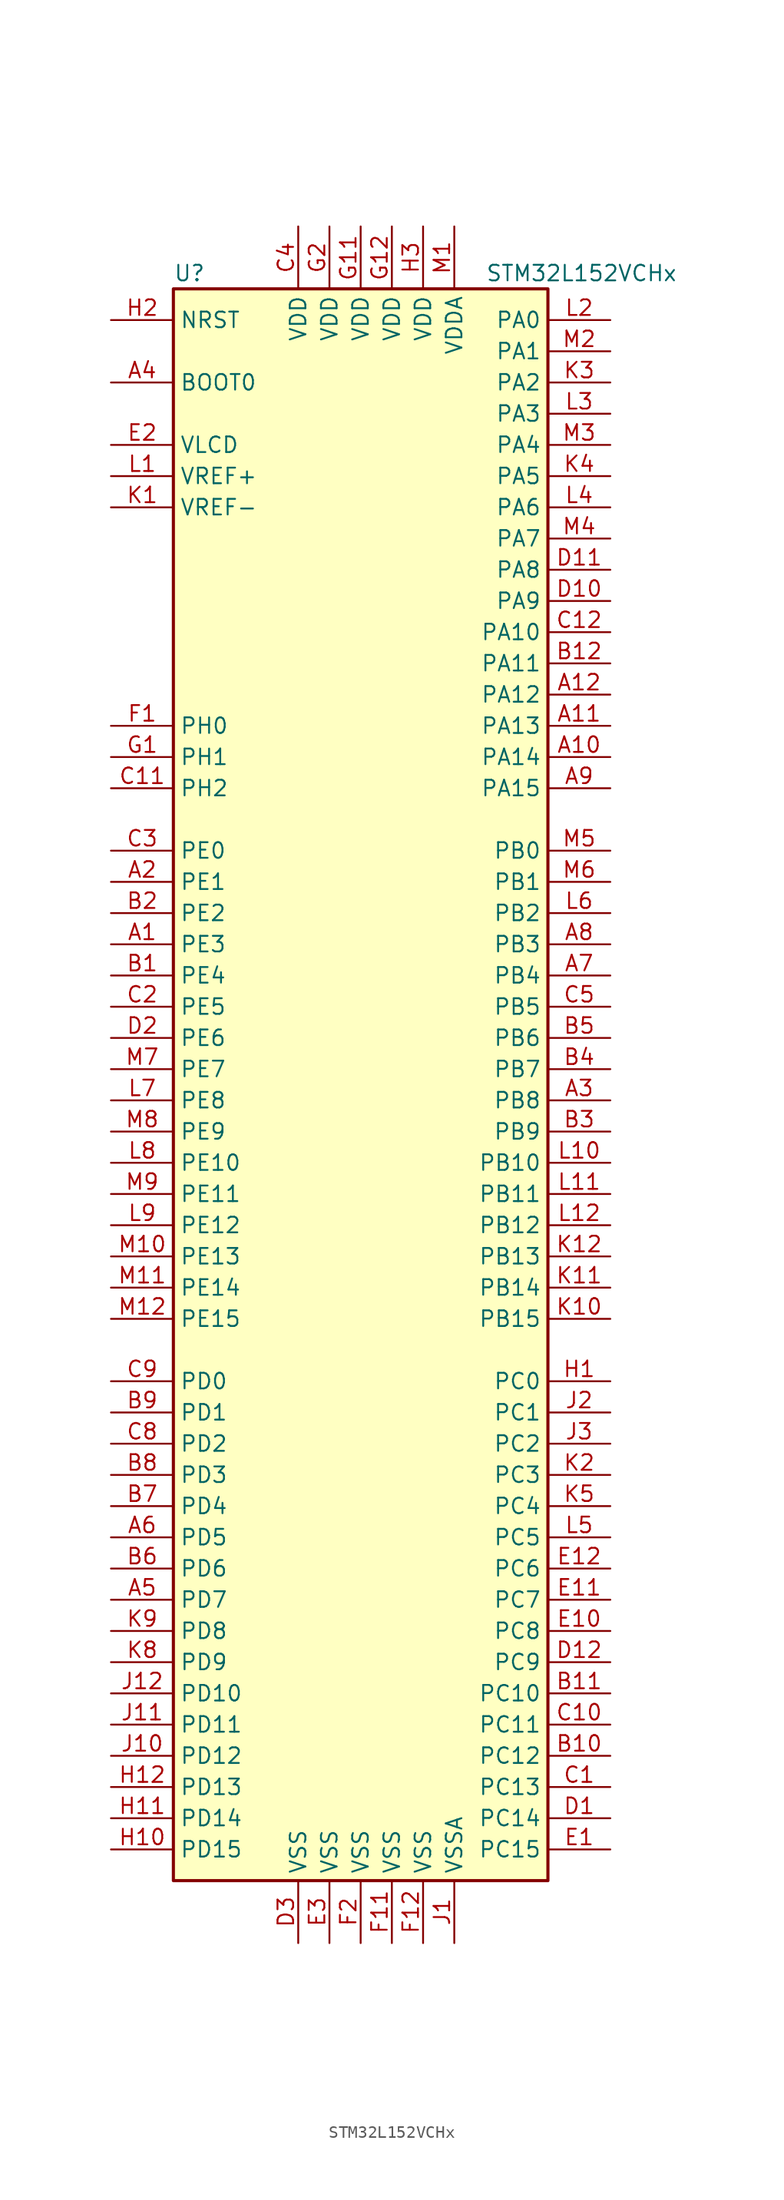
<source format=kicad_sym>
(kicad_symbol_lib
  (version 20201005)
  (generator kicad_symbol_editor)
  (symbol "STM32L152VCHx"
    (property "Reference" "U"
      (at -15.24 64.77 0)
      (effects (font (size 1.27 1.27)) (justify left)))
    (property "Value" "STM32L152VCHx"
      (at 10.16 64.77 0)
      (effects (font (size 1.27 1.27)) (justify left)))
    (symbol "STM32L152VCHx_0_1"
      (rectangle (start -15.24 -66.04) (end 15.24 63.5) (stroke (width 0.254)) (fill (type background))))
    (symbol "STM32L152VCHx_1_1"
      (pin input line (at -20.32 55.88 0) (length 5.08) (name "BOOT0" (effects (font (size 1.27 1.27)))) (number "A4" (effects (font (size 1.27 1.27)))))
      (pin input line (at -20.32 60.96 0) (length 5.08) (name "NRST" (effects (font (size 1.27 1.27)))) (number "H2" (effects (font (size 1.27 1.27)))))
      (pin bidirectional line (at 20.32 60.96 180) (length 5.08) (name "PA0" (effects (font (size 1.27 1.27)))) (number "L2" (effects (font (size 1.27 1.27)))))
      (pin bidirectional line (at 20.32 58.42 180) (length 5.08) (name "PA1" (effects (font (size 1.27 1.27)))) (number "M2" (effects (font (size 1.27 1.27)))))
      (pin bidirectional line (at 20.32 35.56 180) (length 5.08) (name "PA10" (effects (font (size 1.27 1.27)))) (number "C12" (effects (font (size 1.27 1.27)))))
      (pin bidirectional line (at 20.32 33.02 180) (length 5.08) (name "PA11" (effects (font (size 1.27 1.27)))) (number "B12" (effects (font (size 1.27 1.27)))))
      (pin bidirectional line (at 20.32 30.48 180) (length 5.08) (name "PA12" (effects (font (size 1.27 1.27)))) (number "A12" (effects (font (size 1.27 1.27)))))
      (pin bidirectional line (at 20.32 27.94 180) (length 5.08) (name "PA13" (effects (font (size 1.27 1.27)))) (number "A11" (effects (font (size 1.27 1.27)))))
      (pin bidirectional line (at 20.32 25.4 180) (length 5.08) (name "PA14" (effects (font (size 1.27 1.27)))) (number "A10" (effects (font (size 1.27 1.27)))))
      (pin bidirectional line (at 20.32 22.86 180) (length 5.08) (name "PA15" (effects (font (size 1.27 1.27)))) (number "A9" (effects (font (size 1.27 1.27)))))
      (pin bidirectional line (at 20.32 55.88 180) (length 5.08) (name "PA2" (effects (font (size 1.27 1.27)))) (number "K3" (effects (font (size 1.27 1.27)))))
      (pin bidirectional line (at 20.32 53.34 180) (length 5.08) (name "PA3" (effects (font (size 1.27 1.27)))) (number "L3" (effects (font (size 1.27 1.27)))))
      (pin bidirectional line (at 20.32 50.8 180) (length 5.08) (name "PA4" (effects (font (size 1.27 1.27)))) (number "M3" (effects (font (size 1.27 1.27)))))
      (pin bidirectional line (at 20.32 48.26 180) (length 5.08) (name "PA5" (effects (font (size 1.27 1.27)))) (number "K4" (effects (font (size 1.27 1.27)))))
      (pin bidirectional line (at 20.32 45.72 180) (length 5.08) (name "PA6" (effects (font (size 1.27 1.27)))) (number "L4" (effects (font (size 1.27 1.27)))))
      (pin bidirectional line (at 20.32 43.18 180) (length 5.08) (name "PA7" (effects (font (size 1.27 1.27)))) (number "M4" (effects (font (size 1.27 1.27)))))
      (pin bidirectional line (at 20.32 40.64 180) (length 5.08) (name "PA8" (effects (font (size 1.27 1.27)))) (number "D11" (effects (font (size 1.27 1.27)))))
      (pin bidirectional line (at 20.32 38.1 180) (length 5.08) (name "PA9" (effects (font (size 1.27 1.27)))) (number "D10" (effects (font (size 1.27 1.27)))))
      (pin bidirectional line (at 20.32 17.78 180) (length 5.08) (name "PB0" (effects (font (size 1.27 1.27)))) (number "M5" (effects (font (size 1.27 1.27)))))
      (pin bidirectional line (at 20.32 15.24 180) (length 5.08) (name "PB1" (effects (font (size 1.27 1.27)))) (number "M6" (effects (font (size 1.27 1.27)))))
      (pin bidirectional line (at 20.32 -7.62 180) (length 5.08) (name "PB10" (effects (font (size 1.27 1.27)))) (number "L10" (effects (font (size 1.27 1.27)))))
      (pin bidirectional line (at 20.32 -10.16 180) (length 5.08) (name "PB11" (effects (font (size 1.27 1.27)))) (number "L11" (effects (font (size 1.27 1.27)))))
      (pin bidirectional line (at 20.32 -12.7 180) (length 5.08) (name "PB12" (effects (font (size 1.27 1.27)))) (number "L12" (effects (font (size 1.27 1.27)))))
      (pin bidirectional line (at 20.32 -15.24 180) (length 5.08) (name "PB13" (effects (font (size 1.27 1.27)))) (number "K12" (effects (font (size 1.27 1.27)))))
      (pin bidirectional line (at 20.32 -17.78 180) (length 5.08) (name "PB14" (effects (font (size 1.27 1.27)))) (number "K11" (effects (font (size 1.27 1.27)))))
      (pin bidirectional line (at 20.32 -20.32 180) (length 5.08) (name "PB15" (effects (font (size 1.27 1.27)))) (number "K10" (effects (font (size 1.27 1.27)))))
      (pin bidirectional line (at 20.32 12.7 180) (length 5.08) (name "PB2" (effects (font (size 1.27 1.27)))) (number "L6" (effects (font (size 1.27 1.27)))))
      (pin bidirectional line (at 20.32 10.16 180) (length 5.08) (name "PB3" (effects (font (size 1.27 1.27)))) (number "A8" (effects (font (size 1.27 1.27)))))
      (pin bidirectional line (at 20.32 7.62 180) (length 5.08) (name "PB4" (effects (font (size 1.27 1.27)))) (number "A7" (effects (font (size 1.27 1.27)))))
      (pin bidirectional line (at 20.32 5.08 180) (length 5.08) (name "PB5" (effects (font (size 1.27 1.27)))) (number "C5" (effects (font (size 1.27 1.27)))))
      (pin bidirectional line (at 20.32 2.54 180) (length 5.08) (name "PB6" (effects (font (size 1.27 1.27)))) (number "B5" (effects (font (size 1.27 1.27)))))
      (pin bidirectional line (at 20.32 0 180) (length 5.08) (name "PB7" (effects (font (size 1.27 1.27)))) (number "B4" (effects (font (size 1.27 1.27)))))
      (pin bidirectional line (at 20.32 -2.54 180) (length 5.08) (name "PB8" (effects (font (size 1.27 1.27)))) (number "A3" (effects (font (size 1.27 1.27)))))
      (pin bidirectional line (at 20.32 -5.08 180) (length 5.08) (name "PB9" (effects (font (size 1.27 1.27)))) (number "B3" (effects (font (size 1.27 1.27)))))
      (pin bidirectional line (at 20.32 -25.4 180) (length 5.08) (name "PC0" (effects (font (size 1.27 1.27)))) (number "H1" (effects (font (size 1.27 1.27)))))
      (pin bidirectional line (at 20.32 -27.94 180) (length 5.08) (name "PC1" (effects (font (size 1.27 1.27)))) (number "J2" (effects (font (size 1.27 1.27)))))
      (pin bidirectional line (at 20.32 -50.8 180) (length 5.08) (name "PC10" (effects (font (size 1.27 1.27)))) (number "B11" (effects (font (size 1.27 1.27)))))
      (pin bidirectional line (at 20.32 -53.34 180) (length 5.08) (name "PC11" (effects (font (size 1.27 1.27)))) (number "C10" (effects (font (size 1.27 1.27)))))
      (pin bidirectional line (at 20.32 -55.88 180) (length 5.08) (name "PC12" (effects (font (size 1.27 1.27)))) (number "B10" (effects (font (size 1.27 1.27)))))
      (pin bidirectional line (at 20.32 -58.42 180) (length 5.08) (name "PC13" (effects (font (size 1.27 1.27)))) (number "C1" (effects (font (size 1.27 1.27)))))
      (pin bidirectional line (at 20.32 -60.96 180) (length 5.08) (name "PC14" (effects (font (size 1.27 1.27)))) (number "D1" (effects (font (size 1.27 1.27)))))
      (pin bidirectional line (at 20.32 -63.5 180) (length 5.08) (name "PC15" (effects (font (size 1.27 1.27)))) (number "E1" (effects (font (size 1.27 1.27)))))
      (pin bidirectional line (at 20.32 -30.48 180) (length 5.08) (name "PC2" (effects (font (size 1.27 1.27)))) (number "J3" (effects (font (size 1.27 1.27)))))
      (pin bidirectional line (at 20.32 -33.02 180) (length 5.08) (name "PC3" (effects (font (size 1.27 1.27)))) (number "K2" (effects (font (size 1.27 1.27)))))
      (pin bidirectional line (at 20.32 -35.56 180) (length 5.08) (name "PC4" (effects (font (size 1.27 1.27)))) (number "K5" (effects (font (size 1.27 1.27)))))
      (pin bidirectional line (at 20.32 -38.1 180) (length 5.08) (name "PC5" (effects (font (size 1.27 1.27)))) (number "L5" (effects (font (size 1.27 1.27)))))
      (pin bidirectional line (at 20.32 -40.64 180) (length 5.08) (name "PC6" (effects (font (size 1.27 1.27)))) (number "E12" (effects (font (size 1.27 1.27)))))
      (pin bidirectional line (at 20.32 -43.18 180) (length 5.08) (name "PC7" (effects (font (size 1.27 1.27)))) (number "E11" (effects (font (size 1.27 1.27)))))
      (pin bidirectional line (at 20.32 -45.72 180) (length 5.08) (name "PC8" (effects (font (size 1.27 1.27)))) (number "E10" (effects (font (size 1.27 1.27)))))
      (pin bidirectional line (at 20.32 -48.26 180) (length 5.08) (name "PC9" (effects (font (size 1.27 1.27)))) (number "D12" (effects (font (size 1.27 1.27)))))
      (pin bidirectional line (at -20.32 -25.4 0) (length 5.08) (name "PD0" (effects (font (size 1.27 1.27)))) (number "C9" (effects (font (size 1.27 1.27)))))
      (pin bidirectional line (at -20.32 -27.94 0) (length 5.08) (name "PD1" (effects (font (size 1.27 1.27)))) (number "B9" (effects (font (size 1.27 1.27)))))
      (pin bidirectional line (at -20.32 -50.8 0) (length 5.08) (name "PD10" (effects (font (size 1.27 1.27)))) (number "J12" (effects (font (size 1.27 1.27)))))
      (pin bidirectional line (at -20.32 -53.34 0) (length 5.08) (name "PD11" (effects (font (size 1.27 1.27)))) (number "J11" (effects (font (size 1.27 1.27)))))
      (pin bidirectional line (at -20.32 -55.88 0) (length 5.08) (name "PD12" (effects (font (size 1.27 1.27)))) (number "J10" (effects (font (size 1.27 1.27)))))
      (pin bidirectional line (at -20.32 -58.42 0) (length 5.08) (name "PD13" (effects (font (size 1.27 1.27)))) (number "H12" (effects (font (size 1.27 1.27)))))
      (pin bidirectional line (at -20.32 -60.96 0) (length 5.08) (name "PD14" (effects (font (size 1.27 1.27)))) (number "H11" (effects (font (size 1.27 1.27)))))
      (pin bidirectional line (at -20.32 -63.5 0) (length 5.08) (name "PD15" (effects (font (size 1.27 1.27)))) (number "H10" (effects (font (size 1.27 1.27)))))
      (pin bidirectional line (at -20.32 -30.48 0) (length 5.08) (name "PD2" (effects (font (size 1.27 1.27)))) (number "C8" (effects (font (size 1.27 1.27)))))
      (pin bidirectional line (at -20.32 -33.02 0) (length 5.08) (name "PD3" (effects (font (size 1.27 1.27)))) (number "B8" (effects (font (size 1.27 1.27)))))
      (pin bidirectional line (at -20.32 -35.56 0) (length 5.08) (name "PD4" (effects (font (size 1.27 1.27)))) (number "B7" (effects (font (size 1.27 1.27)))))
      (pin bidirectional line (at -20.32 -38.1 0) (length 5.08) (name "PD5" (effects (font (size 1.27 1.27)))) (number "A6" (effects (font (size 1.27 1.27)))))
      (pin bidirectional line (at -20.32 -40.64 0) (length 5.08) (name "PD6" (effects (font (size 1.27 1.27)))) (number "B6" (effects (font (size 1.27 1.27)))))
      (pin bidirectional line (at -20.32 -43.18 0) (length 5.08) (name "PD7" (effects (font (size 1.27 1.27)))) (number "A5" (effects (font (size 1.27 1.27)))))
      (pin bidirectional line (at -20.32 -45.72 0) (length 5.08) (name "PD8" (effects (font (size 1.27 1.27)))) (number "K9" (effects (font (size 1.27 1.27)))))
      (pin bidirectional line (at -20.32 -48.26 0) (length 5.08) (name "PD9" (effects (font (size 1.27 1.27)))) (number "K8" (effects (font (size 1.27 1.27)))))
      (pin bidirectional line (at -20.32 17.78 0) (length 5.08) (name "PE0" (effects (font (size 1.27 1.27)))) (number "C3" (effects (font (size 1.27 1.27)))))
      (pin bidirectional line (at -20.32 15.24 0) (length 5.08) (name "PE1" (effects (font (size 1.27 1.27)))) (number "A2" (effects (font (size 1.27 1.27)))))
      (pin bidirectional line (at -20.32 -7.62 0) (length 5.08) (name "PE10" (effects (font (size 1.27 1.27)))) (number "L8" (effects (font (size 1.27 1.27)))))
      (pin bidirectional line (at -20.32 -10.16 0) (length 5.08) (name "PE11" (effects (font (size 1.27 1.27)))) (number "M9" (effects (font (size 1.27 1.27)))))
      (pin bidirectional line (at -20.32 -12.7 0) (length 5.08) (name "PE12" (effects (font (size 1.27 1.27)))) (number "L9" (effects (font (size 1.27 1.27)))))
      (pin bidirectional line (at -20.32 -15.24 0) (length 5.08) (name "PE13" (effects (font (size 1.27 1.27)))) (number "M10" (effects (font (size 1.27 1.27)))))
      (pin bidirectional line (at -20.32 -17.78 0) (length 5.08) (name "PE14" (effects (font (size 1.27 1.27)))) (number "M11" (effects (font (size 1.27 1.27)))))
      (pin bidirectional line (at -20.32 -20.32 0) (length 5.08) (name "PE15" (effects (font (size 1.27 1.27)))) (number "M12" (effects (font (size 1.27 1.27)))))
      (pin bidirectional line (at -20.32 12.7 0) (length 5.08) (name "PE2" (effects (font (size 1.27 1.27)))) (number "B2" (effects (font (size 1.27 1.27)))))
      (pin bidirectional line (at -20.32 10.16 0) (length 5.08) (name "PE3" (effects (font (size 1.27 1.27)))) (number "A1" (effects (font (size 1.27 1.27)))))
      (pin bidirectional line (at -20.32 7.62 0) (length 5.08) (name "PE4" (effects (font (size 1.27 1.27)))) (number "B1" (effects (font (size 1.27 1.27)))))
      (pin bidirectional line (at -20.32 5.08 0) (length 5.08) (name "PE5" (effects (font (size 1.27 1.27)))) (number "C2" (effects (font (size 1.27 1.27)))))
      (pin bidirectional line (at -20.32 2.54 0) (length 5.08) (name "PE6" (effects (font (size 1.27 1.27)))) (number "D2" (effects (font (size 1.27 1.27)))))
      (pin bidirectional line (at -20.32 0 0) (length 5.08) (name "PE7" (effects (font (size 1.27 1.27)))) (number "M7" (effects (font (size 1.27 1.27)))))
      (pin bidirectional line (at -20.32 -2.54 0) (length 5.08) (name "PE8" (effects (font (size 1.27 1.27)))) (number "L7" (effects (font (size 1.27 1.27)))))
      (pin bidirectional line (at -20.32 -5.08 0) (length 5.08) (name "PE9" (effects (font (size 1.27 1.27)))) (number "M8" (effects (font (size 1.27 1.27)))))
      (pin input line (at -20.32 27.94 0) (length 5.08) (name "PH0" (effects (font (size 1.27 1.27)))) (number "F1" (effects (font (size 1.27 1.27)))))
      (pin input line (at -20.32 25.4 0) (length 5.08) (name "PH1" (effects (font (size 1.27 1.27)))) (number "G1" (effects (font (size 1.27 1.27)))))
      (pin bidirectional line (at -20.32 22.86 0) (length 5.08) (name "PH2" (effects (font (size 1.27 1.27)))) (number "C11" (effects (font (size 1.27 1.27)))))
      (pin power_in line (at -5.08 68.58 270) (length 5.08) (name "VDD" (effects (font (size 1.27 1.27)))) (number "C4" (effects (font (size 1.27 1.27)))))
      (pin power_in line (at 0 68.58 270) (length 5.08) (name "VDD" (effects (font (size 1.27 1.27)))) (number "G11" (effects (font (size 1.27 1.27)))))
      (pin power_in line (at 2.54 68.58 270) (length 5.08) (name "VDD" (effects (font (size 1.27 1.27)))) (number "G12" (effects (font (size 1.27 1.27)))))
      (pin power_in line (at -2.54 68.58 270) (length 5.08) (name "VDD" (effects (font (size 1.27 1.27)))) (number "G2" (effects (font (size 1.27 1.27)))))
      (pin power_in line (at 5.08 68.58 270) (length 5.08) (name "VDD" (effects (font (size 1.27 1.27)))) (number "H3" (effects (font (size 1.27 1.27)))))
      (pin power_in line (at 7.62 68.58 270) (length 5.08) (name "VDDA" (effects (font (size 1.27 1.27)))) (number "M1" (effects (font (size 1.27 1.27)))))
      (pin power_in line (at -20.32 50.8 0) (length 5.08) (name "VLCD" (effects (font (size 1.27 1.27)))) (number "E2" (effects (font (size 1.27 1.27)))))
      (pin power_in line (at -20.32 48.26 0) (length 5.08) (name "VREF+" (effects (font (size 1.27 1.27)))) (number "L1" (effects (font (size 1.27 1.27)))))
      (pin power_in line (at -20.32 45.72 0) (length 5.08) (name "VREF-" (effects (font (size 1.27 1.27)))) (number "K1" (effects (font (size 1.27 1.27)))))
      (pin power_in line (at -5.08 -71.12 90) (length 5.08) (name "VSS" (effects (font (size 1.27 1.27)))) (number "D3" (effects (font (size 1.27 1.27)))))
      (pin power_in line (at -2.54 -71.12 90) (length 5.08) (name "VSS" (effects (font (size 1.27 1.27)))) (number "E3" (effects (font (size 1.27 1.27)))))
      (pin power_in line (at 2.54 -71.12 90) (length 5.08) (name "VSS" (effects (font (size 1.27 1.27)))) (number "F11" (effects (font (size 1.27 1.27)))))
      (pin power_in line (at 5.08 -71.12 90) (length 5.08) (name "VSS" (effects (font (size 1.27 1.27)))) (number "F12" (effects (font (size 1.27 1.27)))))
      (pin power_in line (at 0 -71.12 90) (length 5.08) (name "VSS" (effects (font (size 1.27 1.27)))) (number "F2" (effects (font (size 1.27 1.27)))))
      (pin power_in line (at 7.62 -71.12 90) (length 5.08) (name "VSSA" (effects (font (size 1.27 1.27)))) (number "J1" (effects (font (size 1.27 1.27))))))))
</source>
